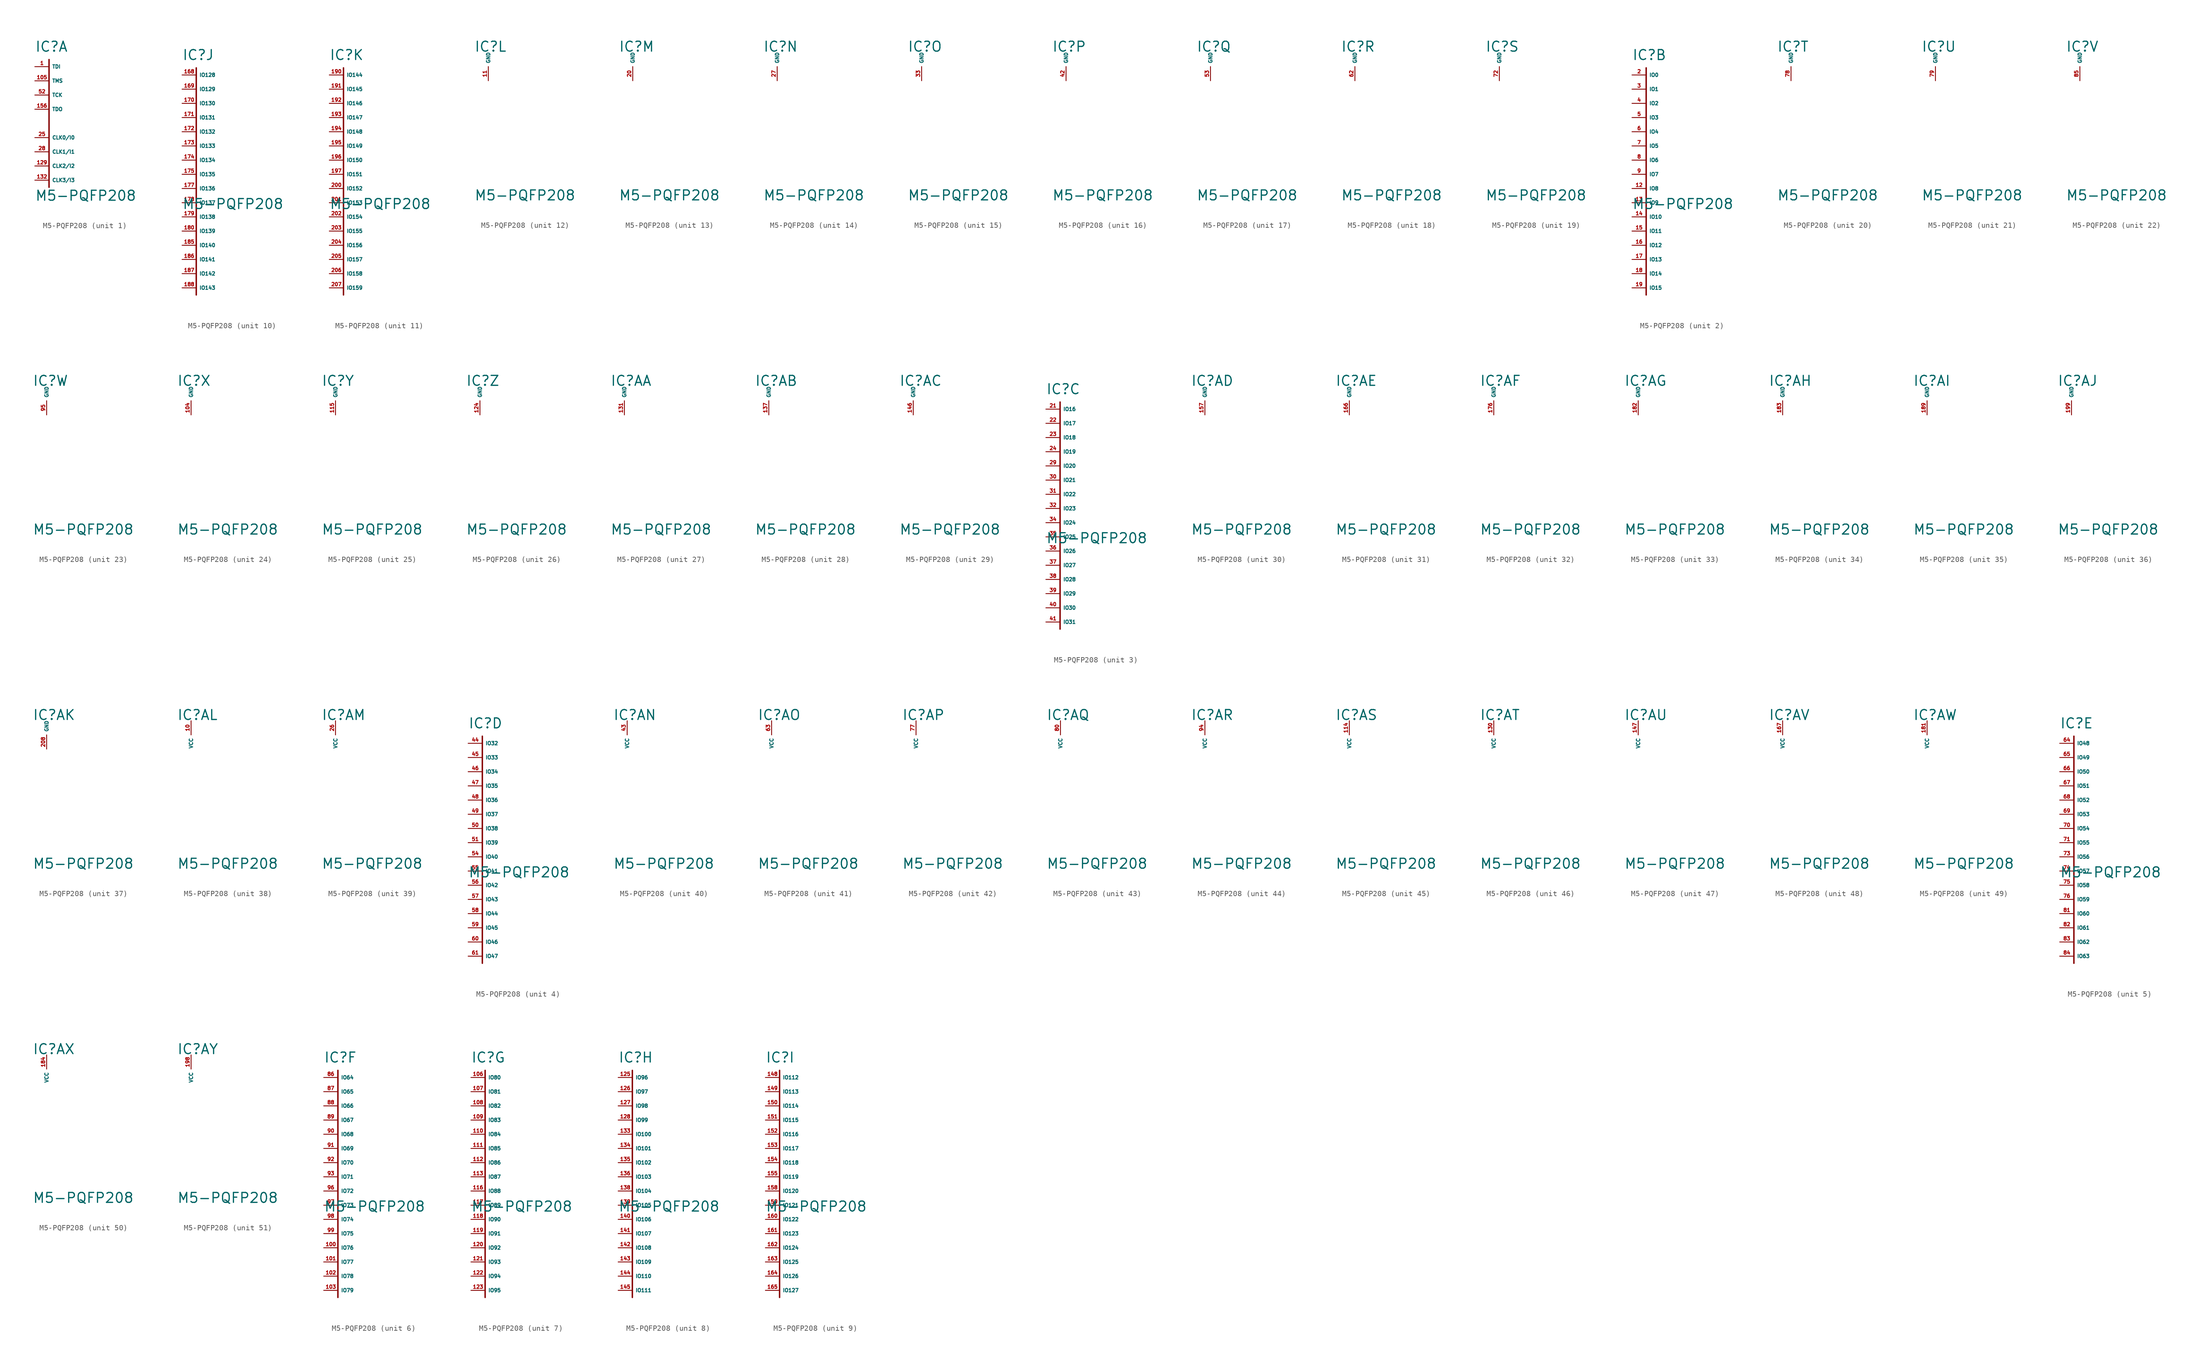
<source format=kicad_sym>
(kicad_symbol_lib
  (version 20220914)
  (generator Eagle2Kicad)
  (symbol "M5-PQFP208"
    (property "Reference" "IC"
      (at -2.54 2.54 0)
      (effects (font (size 1.778 1.778) (thickness 0.22)) (justify left bottom)))
    (property "Value" "M5-PQFP208"
      (at -2.54 -24.13 0)
      (effects (font (size 1.778 1.778) (thickness 0.22)) (justify left bottom)))
    (symbol "M5-PQFP208_1_0"
      (polyline (pts (xy 0 1.27) (xy 0 -21.59)) (stroke (width 0.254) (type default)) (fill (type none)))
      (pin input line (at -2.54 0 0) (length 2.54) (name "TDI" (effects (font (size 0.635 0.635) (thickness 0.08)) (justify left bottom))) (number "1" (effects (font (size 0.635 0.635) (thickness 0.08)) (justify left bottom))))
      (pin input line (at -2.54 -2.54 0) (length 2.54) (name "TMS" (effects (font (size 0.635 0.635) (thickness 0.08)) (justify left bottom))) (number "105" (effects (font (size 0.635 0.635) (thickness 0.08)) (justify left bottom))))
      (pin input line (at -2.54 -5.08 0) (length 2.54) (name "TCK" (effects (font (size 0.635 0.635) (thickness 0.08)) (justify left bottom))) (number "52" (effects (font (size 0.635 0.635) (thickness 0.08)) (justify left bottom))))
      (pin input line (at -2.54 -7.62 0) (length 2.54) (name "TDO" (effects (font (size 0.635 0.635) (thickness 0.08)) (justify left bottom))) (number "156" (effects (font (size 0.635 0.635) (thickness 0.08)) (justify left bottom))))
      (pin input line (at -2.54 -12.7 0) (length 2.54) (name "CLK0/I0" (effects (font (size 0.635 0.635) (thickness 0.08)) (justify left bottom))) (number "25" (effects (font (size 0.635 0.635) (thickness 0.08)) (justify left bottom))))
      (pin input line (at -2.54 -15.24 0) (length 2.54) (name "CLK1/I1" (effects (font (size 0.635 0.635) (thickness 0.08)) (justify left bottom))) (number "28" (effects (font (size 0.635 0.635) (thickness 0.08)) (justify left bottom))))
      (pin input line (at -2.54 -17.78 0) (length 2.54) (name "CLK2/I2" (effects (font (size 0.635 0.635) (thickness 0.08)) (justify left bottom))) (number "129" (effects (font (size 0.635 0.635) (thickness 0.08)) (justify left bottom))))
      (pin input line (at -2.54 -20.32 0) (length 2.54) (name "CLK3/I3" (effects (font (size 0.635 0.635) (thickness 0.08)) (justify left bottom))) (number "132" (effects (font (size 0.635 0.635) (thickness 0.08)) (justify left bottom)))))
    (symbol "M5-PQFP208_2_0"
      (polyline (pts (xy 0 1.27) (xy 0 -39.37)) (stroke (width 0.254) (type default)) (fill (type none)))
      (pin bidirectional line (at -2.54 0 0) (length 2.54) (name "IO0" (effects (font (size 0.635 0.635) (thickness 0.08)) (justify left bottom))) (number "2" (effects (font (size 0.635 0.635) (thickness 0.08)) (justify left bottom))))
      (pin bidirectional line (at -2.54 -2.54 0) (length 2.54) (name "IO1" (effects (font (size 0.635 0.635) (thickness 0.08)) (justify left bottom))) (number "3" (effects (font (size 0.635 0.635) (thickness 0.08)) (justify left bottom))))
      (pin bidirectional line (at -2.54 -5.08 0) (length 2.54) (name "IO2" (effects (font (size 0.635 0.635) (thickness 0.08)) (justify left bottom))) (number "4" (effects (font (size 0.635 0.635) (thickness 0.08)) (justify left bottom))))
      (pin bidirectional line (at -2.54 -7.62 0) (length 2.54) (name "IO3" (effects (font (size 0.635 0.635) (thickness 0.08)) (justify left bottom))) (number "5" (effects (font (size 0.635 0.635) (thickness 0.08)) (justify left bottom))))
      (pin bidirectional line (at -2.54 -10.16 0) (length 2.54) (name "IO4" (effects (font (size 0.635 0.635) (thickness 0.08)) (justify left bottom))) (number "6" (effects (font (size 0.635 0.635) (thickness 0.08)) (justify left bottom))))
      (pin bidirectional line (at -2.54 -12.7 0) (length 2.54) (name "IO5" (effects (font (size 0.635 0.635) (thickness 0.08)) (justify left bottom))) (number "7" (effects (font (size 0.635 0.635) (thickness 0.08)) (justify left bottom))))
      (pin bidirectional line (at -2.54 -15.24 0) (length 2.54) (name "IO6" (effects (font (size 0.635 0.635) (thickness 0.08)) (justify left bottom))) (number "8" (effects (font (size 0.635 0.635) (thickness 0.08)) (justify left bottom))))
      (pin bidirectional line (at -2.54 -17.78 0) (length 2.54) (name "IO7" (effects (font (size 0.635 0.635) (thickness 0.08)) (justify left bottom))) (number "9" (effects (font (size 0.635 0.635) (thickness 0.08)) (justify left bottom))))
      (pin bidirectional line (at -2.54 -20.32 0) (length 2.54) (name "IO8" (effects (font (size 0.635 0.635) (thickness 0.08)) (justify left bottom))) (number "12" (effects (font (size 0.635 0.635) (thickness 0.08)) (justify left bottom))))
      (pin bidirectional line (at -2.54 -22.86 0) (length 2.54) (name "IO9" (effects (font (size 0.635 0.635) (thickness 0.08)) (justify left bottom))) (number "13" (effects (font (size 0.635 0.635) (thickness 0.08)) (justify left bottom))))
      (pin bidirectional line (at -2.54 -25.4 0) (length 2.54) (name "IO10" (effects (font (size 0.635 0.635) (thickness 0.08)) (justify left bottom))) (number "14" (effects (font (size 0.635 0.635) (thickness 0.08)) (justify left bottom))))
      (pin bidirectional line (at -2.54 -27.94 0) (length 2.54) (name "IO11" (effects (font (size 0.635 0.635) (thickness 0.08)) (justify left bottom))) (number "15" (effects (font (size 0.635 0.635) (thickness 0.08)) (justify left bottom))))
      (pin bidirectional line (at -2.54 -30.48 0) (length 2.54) (name "IO12" (effects (font (size 0.635 0.635) (thickness 0.08)) (justify left bottom))) (number "16" (effects (font (size 0.635 0.635) (thickness 0.08)) (justify left bottom))))
      (pin bidirectional line (at -2.54 -33.02 0) (length 2.54) (name "IO13" (effects (font (size 0.635 0.635) (thickness 0.08)) (justify left bottom))) (number "17" (effects (font (size 0.635 0.635) (thickness 0.08)) (justify left bottom))))
      (pin bidirectional line (at -2.54 -35.56 0) (length 2.54) (name "IO14" (effects (font (size 0.635 0.635) (thickness 0.08)) (justify left bottom))) (number "18" (effects (font (size 0.635 0.635) (thickness 0.08)) (justify left bottom))))
      (pin bidirectional line (at -2.54 -38.1 0) (length 2.54) (name "IO15" (effects (font (size 0.635 0.635) (thickness 0.08)) (justify left bottom))) (number "19" (effects (font (size 0.635 0.635) (thickness 0.08)) (justify left bottom)))))
    (symbol "M5-PQFP208_3_0"
      (polyline (pts (xy 0 1.27) (xy 0 -39.37)) (stroke (width 0.254) (type default)) (fill (type none)))
      (pin bidirectional line (at -2.54 0 0) (length 2.54) (name "IO16" (effects (font (size 0.635 0.635) (thickness 0.08)) (justify left bottom))) (number "21" (effects (font (size 0.635 0.635) (thickness 0.08)) (justify left bottom))))
      (pin bidirectional line (at -2.54 -2.54 0) (length 2.54) (name "IO17" (effects (font (size 0.635 0.635) (thickness 0.08)) (justify left bottom))) (number "22" (effects (font (size 0.635 0.635) (thickness 0.08)) (justify left bottom))))
      (pin bidirectional line (at -2.54 -5.08 0) (length 2.54) (name "IO18" (effects (font (size 0.635 0.635) (thickness 0.08)) (justify left bottom))) (number "23" (effects (font (size 0.635 0.635) (thickness 0.08)) (justify left bottom))))
      (pin bidirectional line (at -2.54 -7.62 0) (length 2.54) (name "IO19" (effects (font (size 0.635 0.635) (thickness 0.08)) (justify left bottom))) (number "24" (effects (font (size 0.635 0.635) (thickness 0.08)) (justify left bottom))))
      (pin bidirectional line (at -2.54 -10.16 0) (length 2.54) (name "IO20" (effects (font (size 0.635 0.635) (thickness 0.08)) (justify left bottom))) (number "29" (effects (font (size 0.635 0.635) (thickness 0.08)) (justify left bottom))))
      (pin bidirectional line (at -2.54 -12.7 0) (length 2.54) (name "IO21" (effects (font (size 0.635 0.635) (thickness 0.08)) (justify left bottom))) (number "30" (effects (font (size 0.635 0.635) (thickness 0.08)) (justify left bottom))))
      (pin bidirectional line (at -2.54 -15.24 0) (length 2.54) (name "IO22" (effects (font (size 0.635 0.635) (thickness 0.08)) (justify left bottom))) (number "31" (effects (font (size 0.635 0.635) (thickness 0.08)) (justify left bottom))))
      (pin bidirectional line (at -2.54 -17.78 0) (length 2.54) (name "IO23" (effects (font (size 0.635 0.635) (thickness 0.08)) (justify left bottom))) (number "32" (effects (font (size 0.635 0.635) (thickness 0.08)) (justify left bottom))))
      (pin bidirectional line (at -2.54 -20.32 0) (length 2.54) (name "IO24" (effects (font (size 0.635 0.635) (thickness 0.08)) (justify left bottom))) (number "34" (effects (font (size 0.635 0.635) (thickness 0.08)) (justify left bottom))))
      (pin bidirectional line (at -2.54 -22.86 0) (length 2.54) (name "IO25" (effects (font (size 0.635 0.635) (thickness 0.08)) (justify left bottom))) (number "35" (effects (font (size 0.635 0.635) (thickness 0.08)) (justify left bottom))))
      (pin bidirectional line (at -2.54 -25.4 0) (length 2.54) (name "IO26" (effects (font (size 0.635 0.635) (thickness 0.08)) (justify left bottom))) (number "36" (effects (font (size 0.635 0.635) (thickness 0.08)) (justify left bottom))))
      (pin bidirectional line (at -2.54 -27.94 0) (length 2.54) (name "IO27" (effects (font (size 0.635 0.635) (thickness 0.08)) (justify left bottom))) (number "37" (effects (font (size 0.635 0.635) (thickness 0.08)) (justify left bottom))))
      (pin bidirectional line (at -2.54 -30.48 0) (length 2.54) (name "IO28" (effects (font (size 0.635 0.635) (thickness 0.08)) (justify left bottom))) (number "38" (effects (font (size 0.635 0.635) (thickness 0.08)) (justify left bottom))))
      (pin bidirectional line (at -2.54 -33.02 0) (length 2.54) (name "IO29" (effects (font (size 0.635 0.635) (thickness 0.08)) (justify left bottom))) (number "39" (effects (font (size 0.635 0.635) (thickness 0.08)) (justify left bottom))))
      (pin bidirectional line (at -2.54 -35.56 0) (length 2.54) (name "IO30" (effects (font (size 0.635 0.635) (thickness 0.08)) (justify left bottom))) (number "40" (effects (font (size 0.635 0.635) (thickness 0.08)) (justify left bottom))))
      (pin bidirectional line (at -2.54 -38.1 0) (length 2.54) (name "IO31" (effects (font (size 0.635 0.635) (thickness 0.08)) (justify left bottom))) (number "41" (effects (font (size 0.635 0.635) (thickness 0.08)) (justify left bottom)))))
    (symbol "M5-PQFP208_4_0"
      (polyline (pts (xy 0 1.27) (xy 0 -39.37)) (stroke (width 0.254) (type default)) (fill (type none)))
      (pin bidirectional line (at -2.54 0 0) (length 2.54) (name "IO32" (effects (font (size 0.635 0.635) (thickness 0.08)) (justify left bottom))) (number "44" (effects (font (size 0.635 0.635) (thickness 0.08)) (justify left bottom))))
      (pin bidirectional line (at -2.54 -2.54 0) (length 2.54) (name "IO33" (effects (font (size 0.635 0.635) (thickness 0.08)) (justify left bottom))) (number "45" (effects (font (size 0.635 0.635) (thickness 0.08)) (justify left bottom))))
      (pin bidirectional line (at -2.54 -5.08 0) (length 2.54) (name "IO34" (effects (font (size 0.635 0.635) (thickness 0.08)) (justify left bottom))) (number "46" (effects (font (size 0.635 0.635) (thickness 0.08)) (justify left bottom))))
      (pin bidirectional line (at -2.54 -7.62 0) (length 2.54) (name "IO35" (effects (font (size 0.635 0.635) (thickness 0.08)) (justify left bottom))) (number "47" (effects (font (size 0.635 0.635) (thickness 0.08)) (justify left bottom))))
      (pin bidirectional line (at -2.54 -10.16 0) (length 2.54) (name "IO36" (effects (font (size 0.635 0.635) (thickness 0.08)) (justify left bottom))) (number "48" (effects (font (size 0.635 0.635) (thickness 0.08)) (justify left bottom))))
      (pin bidirectional line (at -2.54 -12.7 0) (length 2.54) (name "IO37" (effects (font (size 0.635 0.635) (thickness 0.08)) (justify left bottom))) (number "49" (effects (font (size 0.635 0.635) (thickness 0.08)) (justify left bottom))))
      (pin bidirectional line (at -2.54 -15.24 0) (length 2.54) (name "IO38" (effects (font (size 0.635 0.635) (thickness 0.08)) (justify left bottom))) (number "50" (effects (font (size 0.635 0.635) (thickness 0.08)) (justify left bottom))))
      (pin bidirectional line (at -2.54 -17.78 0) (length 2.54) (name "IO39" (effects (font (size 0.635 0.635) (thickness 0.08)) (justify left bottom))) (number "51" (effects (font (size 0.635 0.635) (thickness 0.08)) (justify left bottom))))
      (pin bidirectional line (at -2.54 -20.32 0) (length 2.54) (name "IO40" (effects (font (size 0.635 0.635) (thickness 0.08)) (justify left bottom))) (number "54" (effects (font (size 0.635 0.635) (thickness 0.08)) (justify left bottom))))
      (pin bidirectional line (at -2.54 -22.86 0) (length 2.54) (name "IO41" (effects (font (size 0.635 0.635) (thickness 0.08)) (justify left bottom))) (number "55" (effects (font (size 0.635 0.635) (thickness 0.08)) (justify left bottom))))
      (pin bidirectional line (at -2.54 -25.4 0) (length 2.54) (name "IO42" (effects (font (size 0.635 0.635) (thickness 0.08)) (justify left bottom))) (number "56" (effects (font (size 0.635 0.635) (thickness 0.08)) (justify left bottom))))
      (pin bidirectional line (at -2.54 -27.94 0) (length 2.54) (name "IO43" (effects (font (size 0.635 0.635) (thickness 0.08)) (justify left bottom))) (number "57" (effects (font (size 0.635 0.635) (thickness 0.08)) (justify left bottom))))
      (pin bidirectional line (at -2.54 -30.48 0) (length 2.54) (name "IO44" (effects (font (size 0.635 0.635) (thickness 0.08)) (justify left bottom))) (number "58" (effects (font (size 0.635 0.635) (thickness 0.08)) (justify left bottom))))
      (pin bidirectional line (at -2.54 -33.02 0) (length 2.54) (name "IO45" (effects (font (size 0.635 0.635) (thickness 0.08)) (justify left bottom))) (number "59" (effects (font (size 0.635 0.635) (thickness 0.08)) (justify left bottom))))
      (pin bidirectional line (at -2.54 -35.56 0) (length 2.54) (name "IO46" (effects (font (size 0.635 0.635) (thickness 0.08)) (justify left bottom))) (number "60" (effects (font (size 0.635 0.635) (thickness 0.08)) (justify left bottom))))
      (pin bidirectional line (at -2.54 -38.1 0) (length 2.54) (name "IO47" (effects (font (size 0.635 0.635) (thickness 0.08)) (justify left bottom))) (number "61" (effects (font (size 0.635 0.635) (thickness 0.08)) (justify left bottom)))))
    (symbol "M5-PQFP208_5_0"
      (polyline (pts (xy 0 1.27) (xy 0 -39.37)) (stroke (width 0.254) (type default)) (fill (type none)))
      (pin bidirectional line (at -2.54 0 0) (length 2.54) (name "IO48" (effects (font (size 0.635 0.635) (thickness 0.08)) (justify left bottom))) (number "64" (effects (font (size 0.635 0.635) (thickness 0.08)) (justify left bottom))))
      (pin bidirectional line (at -2.54 -2.54 0) (length 2.54) (name "IO49" (effects (font (size 0.635 0.635) (thickness 0.08)) (justify left bottom))) (number "65" (effects (font (size 0.635 0.635) (thickness 0.08)) (justify left bottom))))
      (pin bidirectional line (at -2.54 -5.08 0) (length 2.54) (name "IO50" (effects (font (size 0.635 0.635) (thickness 0.08)) (justify left bottom))) (number "66" (effects (font (size 0.635 0.635) (thickness 0.08)) (justify left bottom))))
      (pin bidirectional line (at -2.54 -7.62 0) (length 2.54) (name "IO51" (effects (font (size 0.635 0.635) (thickness 0.08)) (justify left bottom))) (number "67" (effects (font (size 0.635 0.635) (thickness 0.08)) (justify left bottom))))
      (pin bidirectional line (at -2.54 -10.16 0) (length 2.54) (name "IO52" (effects (font (size 0.635 0.635) (thickness 0.08)) (justify left bottom))) (number "68" (effects (font (size 0.635 0.635) (thickness 0.08)) (justify left bottom))))
      (pin bidirectional line (at -2.54 -12.7 0) (length 2.54) (name "IO53" (effects (font (size 0.635 0.635) (thickness 0.08)) (justify left bottom))) (number "69" (effects (font (size 0.635 0.635) (thickness 0.08)) (justify left bottom))))
      (pin bidirectional line (at -2.54 -15.24 0) (length 2.54) (name "IO54" (effects (font (size 0.635 0.635) (thickness 0.08)) (justify left bottom))) (number "70" (effects (font (size 0.635 0.635) (thickness 0.08)) (justify left bottom))))
      (pin bidirectional line (at -2.54 -17.78 0) (length 2.54) (name "IO55" (effects (font (size 0.635 0.635) (thickness 0.08)) (justify left bottom))) (number "71" (effects (font (size 0.635 0.635) (thickness 0.08)) (justify left bottom))))
      (pin bidirectional line (at -2.54 -20.32 0) (length 2.54) (name "IO56" (effects (font (size 0.635 0.635) (thickness 0.08)) (justify left bottom))) (number "73" (effects (font (size 0.635 0.635) (thickness 0.08)) (justify left bottom))))
      (pin bidirectional line (at -2.54 -22.86 0) (length 2.54) (name "IO57" (effects (font (size 0.635 0.635) (thickness 0.08)) (justify left bottom))) (number "74" (effects (font (size 0.635 0.635) (thickness 0.08)) (justify left bottom))))
      (pin bidirectional line (at -2.54 -25.4 0) (length 2.54) (name "IO58" (effects (font (size 0.635 0.635) (thickness 0.08)) (justify left bottom))) (number "75" (effects (font (size 0.635 0.635) (thickness 0.08)) (justify left bottom))))
      (pin bidirectional line (at -2.54 -27.94 0) (length 2.54) (name "IO59" (effects (font (size 0.635 0.635) (thickness 0.08)) (justify left bottom))) (number "76" (effects (font (size 0.635 0.635) (thickness 0.08)) (justify left bottom))))
      (pin bidirectional line (at -2.54 -30.48 0) (length 2.54) (name "IO60" (effects (font (size 0.635 0.635) (thickness 0.08)) (justify left bottom))) (number "81" (effects (font (size 0.635 0.635) (thickness 0.08)) (justify left bottom))))
      (pin bidirectional line (at -2.54 -33.02 0) (length 2.54) (name "IO61" (effects (font (size 0.635 0.635) (thickness 0.08)) (justify left bottom))) (number "82" (effects (font (size 0.635 0.635) (thickness 0.08)) (justify left bottom))))
      (pin bidirectional line (at -2.54 -35.56 0) (length 2.54) (name "IO62" (effects (font (size 0.635 0.635) (thickness 0.08)) (justify left bottom))) (number "83" (effects (font (size 0.635 0.635) (thickness 0.08)) (justify left bottom))))
      (pin bidirectional line (at -2.54 -38.1 0) (length 2.54) (name "IO63" (effects (font (size 0.635 0.635) (thickness 0.08)) (justify left bottom))) (number "84" (effects (font (size 0.635 0.635) (thickness 0.08)) (justify left bottom)))))
    (symbol "M5-PQFP208_6_0"
      (polyline (pts (xy 0 1.27) (xy 0 -39.37)) (stroke (width 0.254) (type default)) (fill (type none)))
      (pin bidirectional line (at -2.54 0 0) (length 2.54) (name "IO64" (effects (font (size 0.635 0.635) (thickness 0.08)) (justify left bottom))) (number "86" (effects (font (size 0.635 0.635) (thickness 0.08)) (justify left bottom))))
      (pin bidirectional line (at -2.54 -2.54 0) (length 2.54) (name "IO65" (effects (font (size 0.635 0.635) (thickness 0.08)) (justify left bottom))) (number "87" (effects (font (size 0.635 0.635) (thickness 0.08)) (justify left bottom))))
      (pin bidirectional line (at -2.54 -5.08 0) (length 2.54) (name "IO66" (effects (font (size 0.635 0.635) (thickness 0.08)) (justify left bottom))) (number "88" (effects (font (size 0.635 0.635) (thickness 0.08)) (justify left bottom))))
      (pin bidirectional line (at -2.54 -7.62 0) (length 2.54) (name "IO67" (effects (font (size 0.635 0.635) (thickness 0.08)) (justify left bottom))) (number "89" (effects (font (size 0.635 0.635) (thickness 0.08)) (justify left bottom))))
      (pin bidirectional line (at -2.54 -10.16 0) (length 2.54) (name "IO68" (effects (font (size 0.635 0.635) (thickness 0.08)) (justify left bottom))) (number "90" (effects (font (size 0.635 0.635) (thickness 0.08)) (justify left bottom))))
      (pin bidirectional line (at -2.54 -12.7 0) (length 2.54) (name "IO69" (effects (font (size 0.635 0.635) (thickness 0.08)) (justify left bottom))) (number "91" (effects (font (size 0.635 0.635) (thickness 0.08)) (justify left bottom))))
      (pin bidirectional line (at -2.54 -15.24 0) (length 2.54) (name "IO70" (effects (font (size 0.635 0.635) (thickness 0.08)) (justify left bottom))) (number "92" (effects (font (size 0.635 0.635) (thickness 0.08)) (justify left bottom))))
      (pin bidirectional line (at -2.54 -17.78 0) (length 2.54) (name "IO71" (effects (font (size 0.635 0.635) (thickness 0.08)) (justify left bottom))) (number "93" (effects (font (size 0.635 0.635) (thickness 0.08)) (justify left bottom))))
      (pin bidirectional line (at -2.54 -20.32 0) (length 2.54) (name "IO72" (effects (font (size 0.635 0.635) (thickness 0.08)) (justify left bottom))) (number "96" (effects (font (size 0.635 0.635) (thickness 0.08)) (justify left bottom))))
      (pin bidirectional line (at -2.54 -22.86 0) (length 2.54) (name "IO73" (effects (font (size 0.635 0.635) (thickness 0.08)) (justify left bottom))) (number "97" (effects (font (size 0.635 0.635) (thickness 0.08)) (justify left bottom))))
      (pin bidirectional line (at -2.54 -25.4 0) (length 2.54) (name "IO74" (effects (font (size 0.635 0.635) (thickness 0.08)) (justify left bottom))) (number "98" (effects (font (size 0.635 0.635) (thickness 0.08)) (justify left bottom))))
      (pin bidirectional line (at -2.54 -27.94 0) (length 2.54) (name "IO75" (effects (font (size 0.635 0.635) (thickness 0.08)) (justify left bottom))) (number "99" (effects (font (size 0.635 0.635) (thickness 0.08)) (justify left bottom))))
      (pin bidirectional line (at -2.54 -30.48 0) (length 2.54) (name "IO76" (effects (font (size 0.635 0.635) (thickness 0.08)) (justify left bottom))) (number "100" (effects (font (size 0.635 0.635) (thickness 0.08)) (justify left bottom))))
      (pin bidirectional line (at -2.54 -33.02 0) (length 2.54) (name "IO77" (effects (font (size 0.635 0.635) (thickness 0.08)) (justify left bottom))) (number "101" (effects (font (size 0.635 0.635) (thickness 0.08)) (justify left bottom))))
      (pin bidirectional line (at -2.54 -35.56 0) (length 2.54) (name "IO78" (effects (font (size 0.635 0.635) (thickness 0.08)) (justify left bottom))) (number "102" (effects (font (size 0.635 0.635) (thickness 0.08)) (justify left bottom))))
      (pin bidirectional line (at -2.54 -38.1 0) (length 2.54) (name "IO79" (effects (font (size 0.635 0.635) (thickness 0.08)) (justify left bottom))) (number "103" (effects (font (size 0.635 0.635) (thickness 0.08)) (justify left bottom)))))
    (symbol "M5-PQFP208_7_0"
      (polyline (pts (xy 0 1.27) (xy 0 -39.37)) (stroke (width 0.254) (type default)) (fill (type none)))
      (pin bidirectional line (at -2.54 0 0) (length 2.54) (name "IO80" (effects (font (size 0.635 0.635) (thickness 0.08)) (justify left bottom))) (number "106" (effects (font (size 0.635 0.635) (thickness 0.08)) (justify left bottom))))
      (pin bidirectional line (at -2.54 -2.54 0) (length 2.54) (name "IO81" (effects (font (size 0.635 0.635) (thickness 0.08)) (justify left bottom))) (number "107" (effects (font (size 0.635 0.635) (thickness 0.08)) (justify left bottom))))
      (pin bidirectional line (at -2.54 -5.08 0) (length 2.54) (name "IO82" (effects (font (size 0.635 0.635) (thickness 0.08)) (justify left bottom))) (number "108" (effects (font (size 0.635 0.635) (thickness 0.08)) (justify left bottom))))
      (pin bidirectional line (at -2.54 -7.62 0) (length 2.54) (name "IO83" (effects (font (size 0.635 0.635) (thickness 0.08)) (justify left bottom))) (number "109" (effects (font (size 0.635 0.635) (thickness 0.08)) (justify left bottom))))
      (pin bidirectional line (at -2.54 -10.16 0) (length 2.54) (name "IO84" (effects (font (size 0.635 0.635) (thickness 0.08)) (justify left bottom))) (number "110" (effects (font (size 0.635 0.635) (thickness 0.08)) (justify left bottom))))
      (pin bidirectional line (at -2.54 -12.7 0) (length 2.54) (name "IO85" (effects (font (size 0.635 0.635) (thickness 0.08)) (justify left bottom))) (number "111" (effects (font (size 0.635 0.635) (thickness 0.08)) (justify left bottom))))
      (pin bidirectional line (at -2.54 -15.24 0) (length 2.54) (name "IO86" (effects (font (size 0.635 0.635) (thickness 0.08)) (justify left bottom))) (number "112" (effects (font (size 0.635 0.635) (thickness 0.08)) (justify left bottom))))
      (pin bidirectional line (at -2.54 -17.78 0) (length 2.54) (name "IO87" (effects (font (size 0.635 0.635) (thickness 0.08)) (justify left bottom))) (number "113" (effects (font (size 0.635 0.635) (thickness 0.08)) (justify left bottom))))
      (pin bidirectional line (at -2.54 -20.32 0) (length 2.54) (name "IO88" (effects (font (size 0.635 0.635) (thickness 0.08)) (justify left bottom))) (number "116" (effects (font (size 0.635 0.635) (thickness 0.08)) (justify left bottom))))
      (pin bidirectional line (at -2.54 -22.86 0) (length 2.54) (name "IO89" (effects (font (size 0.635 0.635) (thickness 0.08)) (justify left bottom))) (number "117" (effects (font (size 0.635 0.635) (thickness 0.08)) (justify left bottom))))
      (pin bidirectional line (at -2.54 -25.4 0) (length 2.54) (name "IO90" (effects (font (size 0.635 0.635) (thickness 0.08)) (justify left bottom))) (number "118" (effects (font (size 0.635 0.635) (thickness 0.08)) (justify left bottom))))
      (pin bidirectional line (at -2.54 -27.94 0) (length 2.54) (name "IO91" (effects (font (size 0.635 0.635) (thickness 0.08)) (justify left bottom))) (number "119" (effects (font (size 0.635 0.635) (thickness 0.08)) (justify left bottom))))
      (pin bidirectional line (at -2.54 -30.48 0) (length 2.54) (name "IO92" (effects (font (size 0.635 0.635) (thickness 0.08)) (justify left bottom))) (number "120" (effects (font (size 0.635 0.635) (thickness 0.08)) (justify left bottom))))
      (pin bidirectional line (at -2.54 -33.02 0) (length 2.54) (name "IO93" (effects (font (size 0.635 0.635) (thickness 0.08)) (justify left bottom))) (number "121" (effects (font (size 0.635 0.635) (thickness 0.08)) (justify left bottom))))
      (pin bidirectional line (at -2.54 -35.56 0) (length 2.54) (name "IO94" (effects (font (size 0.635 0.635) (thickness 0.08)) (justify left bottom))) (number "122" (effects (font (size 0.635 0.635) (thickness 0.08)) (justify left bottom))))
      (pin bidirectional line (at -2.54 -38.1 0) (length 2.54) (name "IO95" (effects (font (size 0.635 0.635) (thickness 0.08)) (justify left bottom))) (number "123" (effects (font (size 0.635 0.635) (thickness 0.08)) (justify left bottom)))))
    (symbol "M5-PQFP208_8_0"
      (polyline (pts (xy 0 1.27) (xy 0 -39.37)) (stroke (width 0.254) (type default)) (fill (type none)))
      (pin bidirectional line (at -2.54 0 0) (length 2.54) (name "IO96" (effects (font (size 0.635 0.635) (thickness 0.08)) (justify left bottom))) (number "125" (effects (font (size 0.635 0.635) (thickness 0.08)) (justify left bottom))))
      (pin bidirectional line (at -2.54 -2.54 0) (length 2.54) (name "IO97" (effects (font (size 0.635 0.635) (thickness 0.08)) (justify left bottom))) (number "126" (effects (font (size 0.635 0.635) (thickness 0.08)) (justify left bottom))))
      (pin bidirectional line (at -2.54 -5.08 0) (length 2.54) (name "IO98" (effects (font (size 0.635 0.635) (thickness 0.08)) (justify left bottom))) (number "127" (effects (font (size 0.635 0.635) (thickness 0.08)) (justify left bottom))))
      (pin bidirectional line (at -2.54 -7.62 0) (length 2.54) (name "IO99" (effects (font (size 0.635 0.635) (thickness 0.08)) (justify left bottom))) (number "128" (effects (font (size 0.635 0.635) (thickness 0.08)) (justify left bottom))))
      (pin bidirectional line (at -2.54 -10.16 0) (length 2.54) (name "IO100" (effects (font (size 0.635 0.635) (thickness 0.08)) (justify left bottom))) (number "133" (effects (font (size 0.635 0.635) (thickness 0.08)) (justify left bottom))))
      (pin bidirectional line (at -2.54 -12.7 0) (length 2.54) (name "IO101" (effects (font (size 0.635 0.635) (thickness 0.08)) (justify left bottom))) (number "134" (effects (font (size 0.635 0.635) (thickness 0.08)) (justify left bottom))))
      (pin bidirectional line (at -2.54 -15.24 0) (length 2.54) (name "IO102" (effects (font (size 0.635 0.635) (thickness 0.08)) (justify left bottom))) (number "135" (effects (font (size 0.635 0.635) (thickness 0.08)) (justify left bottom))))
      (pin bidirectional line (at -2.54 -17.78 0) (length 2.54) (name "IO103" (effects (font (size 0.635 0.635) (thickness 0.08)) (justify left bottom))) (number "136" (effects (font (size 0.635 0.635) (thickness 0.08)) (justify left bottom))))
      (pin bidirectional line (at -2.54 -20.32 0) (length 2.54) (name "IO104" (effects (font (size 0.635 0.635) (thickness 0.08)) (justify left bottom))) (number "138" (effects (font (size 0.635 0.635) (thickness 0.08)) (justify left bottom))))
      (pin bidirectional line (at -2.54 -22.86 0) (length 2.54) (name "IO105" (effects (font (size 0.635 0.635) (thickness 0.08)) (justify left bottom))) (number "139" (effects (font (size 0.635 0.635) (thickness 0.08)) (justify left bottom))))
      (pin bidirectional line (at -2.54 -25.4 0) (length 2.54) (name "IO106" (effects (font (size 0.635 0.635) (thickness 0.08)) (justify left bottom))) (number "140" (effects (font (size 0.635 0.635) (thickness 0.08)) (justify left bottom))))
      (pin bidirectional line (at -2.54 -27.94 0) (length 2.54) (name "IO107" (effects (font (size 0.635 0.635) (thickness 0.08)) (justify left bottom))) (number "141" (effects (font (size 0.635 0.635) (thickness 0.08)) (justify left bottom))))
      (pin bidirectional line (at -2.54 -30.48 0) (length 2.54) (name "IO108" (effects (font (size 0.635 0.635) (thickness 0.08)) (justify left bottom))) (number "142" (effects (font (size 0.635 0.635) (thickness 0.08)) (justify left bottom))))
      (pin bidirectional line (at -2.54 -33.02 0) (length 2.54) (name "IO109" (effects (font (size 0.635 0.635) (thickness 0.08)) (justify left bottom))) (number "143" (effects (font (size 0.635 0.635) (thickness 0.08)) (justify left bottom))))
      (pin bidirectional line (at -2.54 -35.56 0) (length 2.54) (name "IO110" (effects (font (size 0.635 0.635) (thickness 0.08)) (justify left bottom))) (number "144" (effects (font (size 0.635 0.635) (thickness 0.08)) (justify left bottom))))
      (pin bidirectional line (at -2.54 -38.1 0) (length 2.54) (name "IO111" (effects (font (size 0.635 0.635) (thickness 0.08)) (justify left bottom))) (number "145" (effects (font (size 0.635 0.635) (thickness 0.08)) (justify left bottom)))))
    (symbol "M5-PQFP208_9_0"
      (polyline (pts (xy 0 1.27) (xy 0 -39.37)) (stroke (width 0.254) (type default)) (fill (type none)))
      (pin bidirectional line (at -2.54 0 0) (length 2.54) (name "IO112" (effects (font (size 0.635 0.635) (thickness 0.08)) (justify left bottom))) (number "148" (effects (font (size 0.635 0.635) (thickness 0.08)) (justify left bottom))))
      (pin bidirectional line (at -2.54 -2.54 0) (length 2.54) (name "IO113" (effects (font (size 0.635 0.635) (thickness 0.08)) (justify left bottom))) (number "149" (effects (font (size 0.635 0.635) (thickness 0.08)) (justify left bottom))))
      (pin bidirectional line (at -2.54 -5.08 0) (length 2.54) (name "IO114" (effects (font (size 0.635 0.635) (thickness 0.08)) (justify left bottom))) (number "150" (effects (font (size 0.635 0.635) (thickness 0.08)) (justify left bottom))))
      (pin bidirectional line (at -2.54 -7.62 0) (length 2.54) (name "IO115" (effects (font (size 0.635 0.635) (thickness 0.08)) (justify left bottom))) (number "151" (effects (font (size 0.635 0.635) (thickness 0.08)) (justify left bottom))))
      (pin bidirectional line (at -2.54 -10.16 0) (length 2.54) (name "IO116" (effects (font (size 0.635 0.635) (thickness 0.08)) (justify left bottom))) (number "152" (effects (font (size 0.635 0.635) (thickness 0.08)) (justify left bottom))))
      (pin bidirectional line (at -2.54 -12.7 0) (length 2.54) (name "IO117" (effects (font (size 0.635 0.635) (thickness 0.08)) (justify left bottom))) (number "153" (effects (font (size 0.635 0.635) (thickness 0.08)) (justify left bottom))))
      (pin bidirectional line (at -2.54 -15.24 0) (length 2.54) (name "IO118" (effects (font (size 0.635 0.635) (thickness 0.08)) (justify left bottom))) (number "154" (effects (font (size 0.635 0.635) (thickness 0.08)) (justify left bottom))))
      (pin bidirectional line (at -2.54 -17.78 0) (length 2.54) (name "IO119" (effects (font (size 0.635 0.635) (thickness 0.08)) (justify left bottom))) (number "155" (effects (font (size 0.635 0.635) (thickness 0.08)) (justify left bottom))))
      (pin bidirectional line (at -2.54 -20.32 0) (length 2.54) (name "IO120" (effects (font (size 0.635 0.635) (thickness 0.08)) (justify left bottom))) (number "158" (effects (font (size 0.635 0.635) (thickness 0.08)) (justify left bottom))))
      (pin bidirectional line (at -2.54 -22.86 0) (length 2.54) (name "IO121" (effects (font (size 0.635 0.635) (thickness 0.08)) (justify left bottom))) (number "159" (effects (font (size 0.635 0.635) (thickness 0.08)) (justify left bottom))))
      (pin bidirectional line (at -2.54 -25.4 0) (length 2.54) (name "IO122" (effects (font (size 0.635 0.635) (thickness 0.08)) (justify left bottom))) (number "160" (effects (font (size 0.635 0.635) (thickness 0.08)) (justify left bottom))))
      (pin bidirectional line (at -2.54 -27.94 0) (length 2.54) (name "IO123" (effects (font (size 0.635 0.635) (thickness 0.08)) (justify left bottom))) (number "161" (effects (font (size 0.635 0.635) (thickness 0.08)) (justify left bottom))))
      (pin bidirectional line (at -2.54 -30.48 0) (length 2.54) (name "IO124" (effects (font (size 0.635 0.635) (thickness 0.08)) (justify left bottom))) (number "162" (effects (font (size 0.635 0.635) (thickness 0.08)) (justify left bottom))))
      (pin bidirectional line (at -2.54 -33.02 0) (length 2.54) (name "IO125" (effects (font (size 0.635 0.635) (thickness 0.08)) (justify left bottom))) (number "163" (effects (font (size 0.635 0.635) (thickness 0.08)) (justify left bottom))))
      (pin bidirectional line (at -2.54 -35.56 0) (length 2.54) (name "IO126" (effects (font (size 0.635 0.635) (thickness 0.08)) (justify left bottom))) (number "164" (effects (font (size 0.635 0.635) (thickness 0.08)) (justify left bottom))))
      (pin bidirectional line (at -2.54 -38.1 0) (length 2.54) (name "IO127" (effects (font (size 0.635 0.635) (thickness 0.08)) (justify left bottom))) (number "165" (effects (font (size 0.635 0.635) (thickness 0.08)) (justify left bottom)))))
    (symbol "M5-PQFP208_10_0"
      (polyline (pts (xy 0 1.27) (xy 0 -39.37)) (stroke (width 0.254) (type default)) (fill (type none)))
      (pin bidirectional line (at -2.54 0 0) (length 2.54) (name "IO128" (effects (font (size 0.635 0.635) (thickness 0.08)) (justify left bottom))) (number "168" (effects (font (size 0.635 0.635) (thickness 0.08)) (justify left bottom))))
      (pin bidirectional line (at -2.54 -2.54 0) (length 2.54) (name "IO129" (effects (font (size 0.635 0.635) (thickness 0.08)) (justify left bottom))) (number "169" (effects (font (size 0.635 0.635) (thickness 0.08)) (justify left bottom))))
      (pin bidirectional line (at -2.54 -5.08 0) (length 2.54) (name "IO130" (effects (font (size 0.635 0.635) (thickness 0.08)) (justify left bottom))) (number "170" (effects (font (size 0.635 0.635) (thickness 0.08)) (justify left bottom))))
      (pin bidirectional line (at -2.54 -7.62 0) (length 2.54) (name "IO131" (effects (font (size 0.635 0.635) (thickness 0.08)) (justify left bottom))) (number "171" (effects (font (size 0.635 0.635) (thickness 0.08)) (justify left bottom))))
      (pin bidirectional line (at -2.54 -10.16 0) (length 2.54) (name "IO132" (effects (font (size 0.635 0.635) (thickness 0.08)) (justify left bottom))) (number "172" (effects (font (size 0.635 0.635) (thickness 0.08)) (justify left bottom))))
      (pin bidirectional line (at -2.54 -12.7 0) (length 2.54) (name "IO133" (effects (font (size 0.635 0.635) (thickness 0.08)) (justify left bottom))) (number "173" (effects (font (size 0.635 0.635) (thickness 0.08)) (justify left bottom))))
      (pin bidirectional line (at -2.54 -15.24 0) (length 2.54) (name "IO134" (effects (font (size 0.635 0.635) (thickness 0.08)) (justify left bottom))) (number "174" (effects (font (size 0.635 0.635) (thickness 0.08)) (justify left bottom))))
      (pin bidirectional line (at -2.54 -17.78 0) (length 2.54) (name "IO135" (effects (font (size 0.635 0.635) (thickness 0.08)) (justify left bottom))) (number "175" (effects (font (size 0.635 0.635) (thickness 0.08)) (justify left bottom))))
      (pin bidirectional line (at -2.54 -20.32 0) (length 2.54) (name "IO136" (effects (font (size 0.635 0.635) (thickness 0.08)) (justify left bottom))) (number "177" (effects (font (size 0.635 0.635) (thickness 0.08)) (justify left bottom))))
      (pin bidirectional line (at -2.54 -22.86 0) (length 2.54) (name "IO137" (effects (font (size 0.635 0.635) (thickness 0.08)) (justify left bottom))) (number "178" (effects (font (size 0.635 0.635) (thickness 0.08)) (justify left bottom))))
      (pin bidirectional line (at -2.54 -25.4 0) (length 2.54) (name "IO138" (effects (font (size 0.635 0.635) (thickness 0.08)) (justify left bottom))) (number "179" (effects (font (size 0.635 0.635) (thickness 0.08)) (justify left bottom))))
      (pin bidirectional line (at -2.54 -27.94 0) (length 2.54) (name "IO139" (effects (font (size 0.635 0.635) (thickness 0.08)) (justify left bottom))) (number "180" (effects (font (size 0.635 0.635) (thickness 0.08)) (justify left bottom))))
      (pin bidirectional line (at -2.54 -30.48 0) (length 2.54) (name "IO140" (effects (font (size 0.635 0.635) (thickness 0.08)) (justify left bottom))) (number "185" (effects (font (size 0.635 0.635) (thickness 0.08)) (justify left bottom))))
      (pin bidirectional line (at -2.54 -33.02 0) (length 2.54) (name "IO141" (effects (font (size 0.635 0.635) (thickness 0.08)) (justify left bottom))) (number "186" (effects (font (size 0.635 0.635) (thickness 0.08)) (justify left bottom))))
      (pin bidirectional line (at -2.54 -35.56 0) (length 2.54) (name "IO142" (effects (font (size 0.635 0.635) (thickness 0.08)) (justify left bottom))) (number "187" (effects (font (size 0.635 0.635) (thickness 0.08)) (justify left bottom))))
      (pin bidirectional line (at -2.54 -38.1 0) (length 2.54) (name "IO143" (effects (font (size 0.635 0.635) (thickness 0.08)) (justify left bottom))) (number "188" (effects (font (size 0.635 0.635) (thickness 0.08)) (justify left bottom)))))
    (symbol "M5-PQFP208_11_0"
      (polyline (pts (xy 0 1.27) (xy 0 -39.37)) (stroke (width 0.254) (type default)) (fill (type none)))
      (pin bidirectional line (at -2.54 0 0) (length 2.54) (name "IO144" (effects (font (size 0.635 0.635) (thickness 0.08)) (justify left bottom))) (number "190" (effects (font (size 0.635 0.635) (thickness 0.08)) (justify left bottom))))
      (pin bidirectional line (at -2.54 -2.54 0) (length 2.54) (name "IO145" (effects (font (size 0.635 0.635) (thickness 0.08)) (justify left bottom))) (number "191" (effects (font (size 0.635 0.635) (thickness 0.08)) (justify left bottom))))
      (pin bidirectional line (at -2.54 -5.08 0) (length 2.54) (name "IO146" (effects (font (size 0.635 0.635) (thickness 0.08)) (justify left bottom))) (number "192" (effects (font (size 0.635 0.635) (thickness 0.08)) (justify left bottom))))
      (pin bidirectional line (at -2.54 -7.62 0) (length 2.54) (name "IO147" (effects (font (size 0.635 0.635) (thickness 0.08)) (justify left bottom))) (number "193" (effects (font (size 0.635 0.635) (thickness 0.08)) (justify left bottom))))
      (pin bidirectional line (at -2.54 -10.16 0) (length 2.54) (name "IO148" (effects (font (size 0.635 0.635) (thickness 0.08)) (justify left bottom))) (number "194" (effects (font (size 0.635 0.635) (thickness 0.08)) (justify left bottom))))
      (pin bidirectional line (at -2.54 -12.7 0) (length 2.54) (name "IO149" (effects (font (size 0.635 0.635) (thickness 0.08)) (justify left bottom))) (number "195" (effects (font (size 0.635 0.635) (thickness 0.08)) (justify left bottom))))
      (pin bidirectional line (at -2.54 -15.24 0) (length 2.54) (name "IO150" (effects (font (size 0.635 0.635) (thickness 0.08)) (justify left bottom))) (number "196" (effects (font (size 0.635 0.635) (thickness 0.08)) (justify left bottom))))
      (pin bidirectional line (at -2.54 -17.78 0) (length 2.54) (name "IO151" (effects (font (size 0.635 0.635) (thickness 0.08)) (justify left bottom))) (number "197" (effects (font (size 0.635 0.635) (thickness 0.08)) (justify left bottom))))
      (pin bidirectional line (at -2.54 -20.32 0) (length 2.54) (name "IO152" (effects (font (size 0.635 0.635) (thickness 0.08)) (justify left bottom))) (number "200" (effects (font (size 0.635 0.635) (thickness 0.08)) (justify left bottom))))
      (pin bidirectional line (at -2.54 -22.86 0) (length 2.54) (name "IO153" (effects (font (size 0.635 0.635) (thickness 0.08)) (justify left bottom))) (number "201" (effects (font (size 0.635 0.635) (thickness 0.08)) (justify left bottom))))
      (pin bidirectional line (at -2.54 -25.4 0) (length 2.54) (name "IO154" (effects (font (size 0.635 0.635) (thickness 0.08)) (justify left bottom))) (number "202" (effects (font (size 0.635 0.635) (thickness 0.08)) (justify left bottom))))
      (pin bidirectional line (at -2.54 -27.94 0) (length 2.54) (name "IO155" (effects (font (size 0.635 0.635) (thickness 0.08)) (justify left bottom))) (number "203" (effects (font (size 0.635 0.635) (thickness 0.08)) (justify left bottom))))
      (pin bidirectional line (at -2.54 -30.48 0) (length 2.54) (name "IO156" (effects (font (size 0.635 0.635) (thickness 0.08)) (justify left bottom))) (number "204" (effects (font (size 0.635 0.635) (thickness 0.08)) (justify left bottom))))
      (pin bidirectional line (at -2.54 -33.02 0) (length 2.54) (name "IO157" (effects (font (size 0.635 0.635) (thickness 0.08)) (justify left bottom))) (number "205" (effects (font (size 0.635 0.635) (thickness 0.08)) (justify left bottom))))
      (pin bidirectional line (at -2.54 -35.56 0) (length 2.54) (name "IO158" (effects (font (size 0.635 0.635) (thickness 0.08)) (justify left bottom))) (number "206" (effects (font (size 0.635 0.635) (thickness 0.08)) (justify left bottom))))
      (pin bidirectional line (at -2.54 -38.1 0) (length 2.54) (name "IO159" (effects (font (size 0.635 0.635) (thickness 0.08)) (justify left bottom))) (number "207" (effects (font (size 0.635 0.635) (thickness 0.08)) (justify left bottom)))))
    (symbol "M5-PQFP208_12_0"
      (pin unspecified line (at 0 -2.54 90) (length 2.54) (name "GND" (effects (font (size 0.635 0.635) (thickness 0.08)) (justify left bottom))) (number "11" (effects (font (size 0.635 0.635) (thickness 0.08)) (justify left bottom)))))
    (symbol "M5-PQFP208_13_0"
      (pin unspecified line (at 0 -2.54 90) (length 2.54) (name "GND" (effects (font (size 0.635 0.635) (thickness 0.08)) (justify left bottom))) (number "20" (effects (font (size 0.635 0.635) (thickness 0.08)) (justify left bottom)))))
    (symbol "M5-PQFP208_14_0"
      (pin unspecified line (at 0 -2.54 90) (length 2.54) (name "GND" (effects (font (size 0.635 0.635) (thickness 0.08)) (justify left bottom))) (number "27" (effects (font (size 0.635 0.635) (thickness 0.08)) (justify left bottom)))))
    (symbol "M5-PQFP208_15_0"
      (pin unspecified line (at 0 -2.54 90) (length 2.54) (name "GND" (effects (font (size 0.635 0.635) (thickness 0.08)) (justify left bottom))) (number "33" (effects (font (size 0.635 0.635) (thickness 0.08)) (justify left bottom)))))
    (symbol "M5-PQFP208_16_0"
      (pin unspecified line (at 0 -2.54 90) (length 2.54) (name "GND" (effects (font (size 0.635 0.635) (thickness 0.08)) (justify left bottom))) (number "42" (effects (font (size 0.635 0.635) (thickness 0.08)) (justify left bottom)))))
    (symbol "M5-PQFP208_17_0"
      (pin unspecified line (at 0 -2.54 90) (length 2.54) (name "GND" (effects (font (size 0.635 0.635) (thickness 0.08)) (justify left bottom))) (number "53" (effects (font (size 0.635 0.635) (thickness 0.08)) (justify left bottom)))))
    (symbol "M5-PQFP208_18_0"
      (pin unspecified line (at 0 -2.54 90) (length 2.54) (name "GND" (effects (font (size 0.635 0.635) (thickness 0.08)) (justify left bottom))) (number "62" (effects (font (size 0.635 0.635) (thickness 0.08)) (justify left bottom)))))
    (symbol "M5-PQFP208_19_0"
      (pin unspecified line (at 0 -2.54 90) (length 2.54) (name "GND" (effects (font (size 0.635 0.635) (thickness 0.08)) (justify left bottom))) (number "72" (effects (font (size 0.635 0.635) (thickness 0.08)) (justify left bottom)))))
    (symbol "M5-PQFP208_20_0"
      (pin unspecified line (at 0 -2.54 90) (length 2.54) (name "GND" (effects (font (size 0.635 0.635) (thickness 0.08)) (justify left bottom))) (number "78" (effects (font (size 0.635 0.635) (thickness 0.08)) (justify left bottom)))))
    (symbol "M5-PQFP208_21_0"
      (pin unspecified line (at 0 -2.54 90) (length 2.54) (name "GND" (effects (font (size 0.635 0.635) (thickness 0.08)) (justify left bottom))) (number "79" (effects (font (size 0.635 0.635) (thickness 0.08)) (justify left bottom)))))
    (symbol "M5-PQFP208_22_0"
      (pin unspecified line (at 0 -2.54 90) (length 2.54) (name "GND" (effects (font (size 0.635 0.635) (thickness 0.08)) (justify left bottom))) (number "85" (effects (font (size 0.635 0.635) (thickness 0.08)) (justify left bottom)))))
    (symbol "M5-PQFP208_23_0"
      (pin unspecified line (at 0 -2.54 90) (length 2.54) (name "GND" (effects (font (size 0.635 0.635) (thickness 0.08)) (justify left bottom))) (number "95" (effects (font (size 0.635 0.635) (thickness 0.08)) (justify left bottom)))))
    (symbol "M5-PQFP208_24_0"
      (pin unspecified line (at 0 -2.54 90) (length 2.54) (name "GND" (effects (font (size 0.635 0.635) (thickness 0.08)) (justify left bottom))) (number "104" (effects (font (size 0.635 0.635) (thickness 0.08)) (justify left bottom)))))
    (symbol "M5-PQFP208_25_0"
      (pin unspecified line (at 0 -2.54 90) (length 2.54) (name "GND" (effects (font (size 0.635 0.635) (thickness 0.08)) (justify left bottom))) (number "115" (effects (font (size 0.635 0.635) (thickness 0.08)) (justify left bottom)))))
    (symbol "M5-PQFP208_26_0"
      (pin unspecified line (at 0 -2.54 90) (length 2.54) (name "GND" (effects (font (size 0.635 0.635) (thickness 0.08)) (justify left bottom))) (number "124" (effects (font (size 0.635 0.635) (thickness 0.08)) (justify left bottom)))))
    (symbol "M5-PQFP208_27_0"
      (pin unspecified line (at 0 -2.54 90) (length 2.54) (name "GND" (effects (font (size 0.635 0.635) (thickness 0.08)) (justify left bottom))) (number "131" (effects (font (size 0.635 0.635) (thickness 0.08)) (justify left bottom)))))
    (symbol "M5-PQFP208_28_0"
      (pin unspecified line (at 0 -2.54 90) (length 2.54) (name "GND" (effects (font (size 0.635 0.635) (thickness 0.08)) (justify left bottom))) (number "137" (effects (font (size 0.635 0.635) (thickness 0.08)) (justify left bottom)))))
    (symbol "M5-PQFP208_29_0"
      (pin unspecified line (at 0 -2.54 90) (length 2.54) (name "GND" (effects (font (size 0.635 0.635) (thickness 0.08)) (justify left bottom))) (number "146" (effects (font (size 0.635 0.635) (thickness 0.08)) (justify left bottom)))))
    (symbol "M5-PQFP208_30_0"
      (pin unspecified line (at 0 -2.54 90) (length 2.54) (name "GND" (effects (font (size 0.635 0.635) (thickness 0.08)) (justify left bottom))) (number "157" (effects (font (size 0.635 0.635) (thickness 0.08)) (justify left bottom)))))
    (symbol "M5-PQFP208_31_0"
      (pin unspecified line (at 0 -2.54 90) (length 2.54) (name "GND" (effects (font (size 0.635 0.635) (thickness 0.08)) (justify left bottom))) (number "166" (effects (font (size 0.635 0.635) (thickness 0.08)) (justify left bottom)))))
    (symbol "M5-PQFP208_32_0"
      (pin unspecified line (at 0 -2.54 90) (length 2.54) (name "GND" (effects (font (size 0.635 0.635) (thickness 0.08)) (justify left bottom))) (number "176" (effects (font (size 0.635 0.635) (thickness 0.08)) (justify left bottom)))))
    (symbol "M5-PQFP208_33_0"
      (pin unspecified line (at 0 -2.54 90) (length 2.54) (name "GND" (effects (font (size 0.635 0.635) (thickness 0.08)) (justify left bottom))) (number "182" (effects (font (size 0.635 0.635) (thickness 0.08)) (justify left bottom)))))
    (symbol "M5-PQFP208_34_0"
      (pin unspecified line (at 0 -2.54 90) (length 2.54) (name "GND" (effects (font (size 0.635 0.635) (thickness 0.08)) (justify left bottom))) (number "183" (effects (font (size 0.635 0.635) (thickness 0.08)) (justify left bottom)))))
    (symbol "M5-PQFP208_35_0"
      (pin unspecified line (at 0 -2.54 90) (length 2.54) (name "GND" (effects (font (size 0.635 0.635) (thickness 0.08)) (justify left bottom))) (number "189" (effects (font (size 0.635 0.635) (thickness 0.08)) (justify left bottom)))))
    (symbol "M5-PQFP208_36_0"
      (pin unspecified line (at 0 -2.54 90) (length 2.54) (name "GND" (effects (font (size 0.635 0.635) (thickness 0.08)) (justify left bottom))) (number "199" (effects (font (size 0.635 0.635) (thickness 0.08)) (justify left bottom)))))
    (symbol "M5-PQFP208_37_0"
      (pin unspecified line (at 0 -2.54 90) (length 2.54) (name "GND" (effects (font (size 0.635 0.635) (thickness 0.08)) (justify left bottom))) (number "208" (effects (font (size 0.635 0.635) (thickness 0.08)) (justify left bottom)))))
    (symbol "M5-PQFP208_38_0"
      (pin unspecified line (at 0 2.54 270) (length 2.54) (name "VCC" (effects (font (size 0.635 0.635) (thickness 0.08)) (justify left bottom))) (number "10" (effects (font (size 0.635 0.635) (thickness 0.08)) (justify left bottom)))))
    (symbol "M5-PQFP208_39_0"
      (pin unspecified line (at 0 2.54 270) (length 2.54) (name "VCC" (effects (font (size 0.635 0.635) (thickness 0.08)) (justify left bottom))) (number "26" (effects (font (size 0.635 0.635) (thickness 0.08)) (justify left bottom)))))
    (symbol "M5-PQFP208_40_0"
      (pin unspecified line (at 0 2.54 270) (length 2.54) (name "VCC" (effects (font (size 0.635 0.635) (thickness 0.08)) (justify left bottom))) (number "43" (effects (font (size 0.635 0.635) (thickness 0.08)) (justify left bottom)))))
    (symbol "M5-PQFP208_41_0"
      (pin unspecified line (at 0 2.54 270) (length 2.54) (name "VCC" (effects (font (size 0.635 0.635) (thickness 0.08)) (justify left bottom))) (number "63" (effects (font (size 0.635 0.635) (thickness 0.08)) (justify left bottom)))))
    (symbol "M5-PQFP208_42_0"
      (pin unspecified line (at 0 2.54 270) (length 2.54) (name "VCC" (effects (font (size 0.635 0.635) (thickness 0.08)) (justify left bottom))) (number "77" (effects (font (size 0.635 0.635) (thickness 0.08)) (justify left bottom)))))
    (symbol "M5-PQFP208_43_0"
      (pin unspecified line (at 0 2.54 270) (length 2.54) (name "VCC" (effects (font (size 0.635 0.635) (thickness 0.08)) (justify left bottom))) (number "80" (effects (font (size 0.635 0.635) (thickness 0.08)) (justify left bottom)))))
    (symbol "M5-PQFP208_44_0"
      (pin unspecified line (at 0 2.54 270) (length 2.54) (name "VCC" (effects (font (size 0.635 0.635) (thickness 0.08)) (justify left bottom))) (number "94" (effects (font (size 0.635 0.635) (thickness 0.08)) (justify left bottom)))))
    (symbol "M5-PQFP208_45_0"
      (pin unspecified line (at 0 2.54 270) (length 2.54) (name "VCC" (effects (font (size 0.635 0.635) (thickness 0.08)) (justify left bottom))) (number "114" (effects (font (size 0.635 0.635) (thickness 0.08)) (justify left bottom)))))
    (symbol "M5-PQFP208_46_0"
      (pin unspecified line (at 0 2.54 270) (length 2.54) (name "VCC" (effects (font (size 0.635 0.635) (thickness 0.08)) (justify left bottom))) (number "130" (effects (font (size 0.635 0.635) (thickness 0.08)) (justify left bottom)))))
    (symbol "M5-PQFP208_47_0"
      (pin unspecified line (at 0 2.54 270) (length 2.54) (name "VCC" (effects (font (size 0.635 0.635) (thickness 0.08)) (justify left bottom))) (number "147" (effects (font (size 0.635 0.635) (thickness 0.08)) (justify left bottom)))))
    (symbol "M5-PQFP208_48_0"
      (pin unspecified line (at 0 2.54 270) (length 2.54) (name "VCC" (effects (font (size 0.635 0.635) (thickness 0.08)) (justify left bottom))) (number "167" (effects (font (size 0.635 0.635) (thickness 0.08)) (justify left bottom)))))
    (symbol "M5-PQFP208_49_0"
      (pin unspecified line (at 0 2.54 270) (length 2.54) (name "VCC" (effects (font (size 0.635 0.635) (thickness 0.08)) (justify left bottom))) (number "181" (effects (font (size 0.635 0.635) (thickness 0.08)) (justify left bottom)))))
    (symbol "M5-PQFP208_50_0"
      (pin unspecified line (at 0 2.54 270) (length 2.54) (name "VCC" (effects (font (size 0.635 0.635) (thickness 0.08)) (justify left bottom))) (number "184" (effects (font (size 0.635 0.635) (thickness 0.08)) (justify left bottom)))))
    (symbol "M5-PQFP208_51_0"
      (pin unspecified line (at 0 2.54 270) (length 2.54) (name "VCC" (effects (font (size 0.635 0.635) (thickness 0.08)) (justify left bottom))) (number "198" (effects (font (size 0.635 0.635) (thickness 0.08)) (justify left bottom)))))))
</source>
